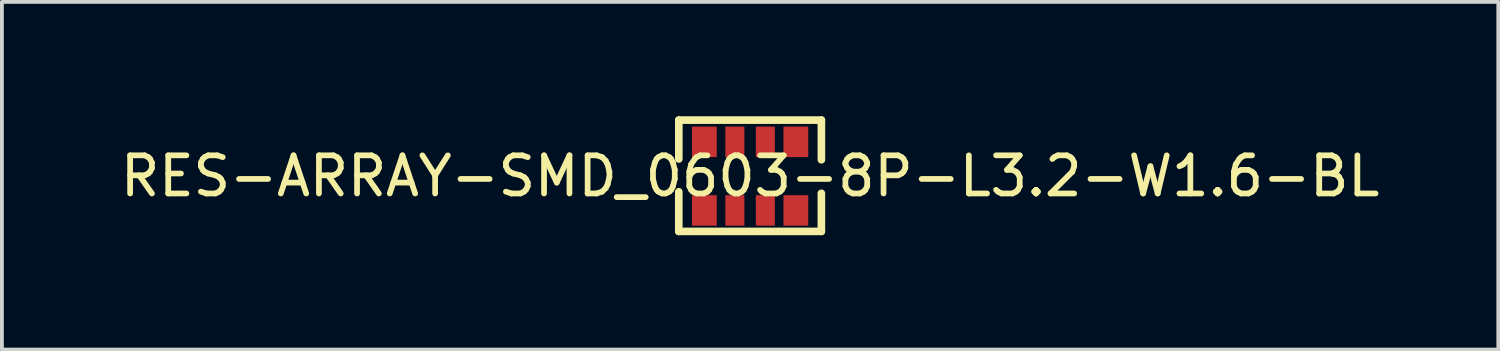
<source format=kicad_pcb>
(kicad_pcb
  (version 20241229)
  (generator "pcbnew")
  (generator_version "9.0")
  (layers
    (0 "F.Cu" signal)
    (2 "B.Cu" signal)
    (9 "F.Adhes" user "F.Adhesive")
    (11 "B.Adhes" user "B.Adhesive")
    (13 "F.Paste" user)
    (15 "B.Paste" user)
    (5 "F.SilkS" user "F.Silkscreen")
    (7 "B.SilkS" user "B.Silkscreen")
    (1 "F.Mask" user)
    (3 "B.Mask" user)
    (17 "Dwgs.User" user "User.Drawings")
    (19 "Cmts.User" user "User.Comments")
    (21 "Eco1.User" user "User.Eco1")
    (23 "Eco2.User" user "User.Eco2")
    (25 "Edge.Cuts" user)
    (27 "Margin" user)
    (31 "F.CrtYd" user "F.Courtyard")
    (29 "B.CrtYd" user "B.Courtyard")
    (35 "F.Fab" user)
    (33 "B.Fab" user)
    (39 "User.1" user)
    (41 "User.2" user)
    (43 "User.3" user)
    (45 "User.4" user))
  (footprint "RES-ARRAY-SMD_0603-8P-L3.2-W1.6-BL"
    (layer "F.Cu")
    (at 16.625 1.57)
    (property "Reference" "RES-ARRAY-SMD_0603-8P-L3.2-W1.6-BL" (at 0 0 0) (layer "F.SilkS") (effects (font (size 1 1) (thickness 0.15))))
    (fp_line (start -1.871 1.45) (end -1.871 0.41) (stroke (width 0.2) (type default)) (layer "F.SilkS"))
    (fp_line (start -1.87 -1.47) (end 1.87 -1.47) (stroke (width 0.2) (type default)) (layer "F.SilkS"))
    (fp_line (start -1.87 -0.45) (end -1.87 -1.47) (stroke (width 0.2) (type default)) (layer "F.SilkS"))
    (fp_line (start 1.869 0.45) (end 1.869 1.45) (stroke (width 0.2) (type default)) (layer "F.SilkS"))
    (fp_line (start 1.869 1.45) (end -1.871 1.45) (stroke (width 0.2) (type default)) (layer "F.SilkS"))
    (fp_line (start 1.87 -1.47) (end 1.87 -0.429) (stroke (width 0.2) (type default)) (layer "F.SilkS"))
    (fp_poly (pts (xy -1.45 -0.5) (xy -1.45 -0.8) (xy -0.95 -0.8) (xy -0.95 -0.5)) (stroke (width 0.1) (type default)) (fill no) (layer "User.1"))
    (fp_poly (pts (xy -1.45 0.8) (xy -1.45 0.5) (xy -0.95 0.5) (xy -0.95 0.8)) (stroke (width 0.1) (type default)) (fill no) (layer "User.1"))
    (fp_poly (pts (xy -0.65 -0.5) (xy -0.65 -0.8) (xy -0.15 -0.8) (xy -0.15 -0.5)) (stroke (width 0.1) (type default)) (fill no) (layer "User.1"))
    (fp_poly (pts (xy -0.65 0.8) (xy -0.65 0.5) (xy -0.15 0.5) (xy -0.15 0.8)) (stroke (width 0.1) (type default)) (fill no) (layer "User.1"))
    (fp_poly (pts (xy 0.15 -0.5) (xy 0.15 -0.8) (xy 0.65 -0.8) (xy 0.65 -0.5)) (stroke (width 0.1) (type default)) (fill no) (layer "User.1"))
    (fp_poly (pts (xy 0.15 0.8) (xy 0.15 0.5) (xy 0.65 0.5) (xy 0.65 0.8)) (stroke (width 0.1) (type default)) (fill no) (layer "User.1"))
    (fp_poly (pts (xy 0.95 -0.5) (xy 0.95 -0.8) (xy 1.45 -0.8) (xy 1.45 -0.5)) (stroke (width 0.1) (type default)) (fill no) (layer "User.1"))
    (fp_poly (pts (xy 0.95 0.8) (xy 0.95 0.5) (xy 1.45 0.5) (xy 1.45 0.8)) (stroke (width 0.1) (type default)) (fill no) (layer "User.1"))
    (fp_line (start -1.6 -0.8) (end 1.6 -0.8) (stroke (width 0.051) (type default)) (layer "User.2"))
    (fp_line (start -1.6 0.8) (end -1.6 -0.8) (stroke (width 0.051) (type default)) (layer "User.2"))
    (fp_line (start 1.6 -0.8) (end 1.6 0.8) (stroke (width 0.051) (type default)) (layer "User.2"))
    (fp_line (start 1.6 0.8) (end -1.6 0.8) (stroke (width 0.051) (type default)) (layer "User.2"))
    (fp_poly (pts (xy -1.545 0.777) (xy -1.577 0.745) (xy -1.623 0.745) (xy -1.655 0.777) (xy -1.655 0.823) (xy -1.623 0.855) (xy -1.577 0.855) (xy -1.545 0.823)) (stroke (width 0.1) (type default)) (fill no) (layer "User.3"))
    (pad "1" smd rect (at -1.2 0.9) (size 0.65 0.8) (layers "F.Cu" "F.Mask" "F.Paste"))
    (pad "2" smd rect (at -0.4 0.9) (size 0.5 0.8) (layers "F.Cu" "F.Mask" "F.Paste"))
    (pad "3" smd rect (at 0.4 0.9) (size 0.5 0.8) (layers "F.Cu" "F.Mask" "F.Paste"))
    (pad "4" smd rect (at 1.2 0.9) (size 0.65 0.8) (layers "F.Cu" "F.Mask" "F.Paste"))
    (pad "5" smd rect (at 1.2 -0.9) (size 0.65 0.8) (layers "F.Cu" "F.Mask" "F.Paste"))
    (pad "6" smd rect (at 0.4 -0.9) (size 0.5 0.8) (layers "F.Cu" "F.Mask" "F.Paste"))
    (pad "7" smd rect (at -0.4 -0.9) (size 0.5 0.8) (layers "F.Cu" "F.Mask" "F.Paste"))
    (pad "8" smd rect (at -1.2 -0.9) (size 0.65 0.8) (layers "F.Cu" "F.Mask" "F.Paste")))
  (gr_rect
    (start -3 -3)
    (end 36.25 6.12)
    (stroke (width 0.1) (type default))
    (fill no)
    (layer "Edge.Cuts")))
</source>
